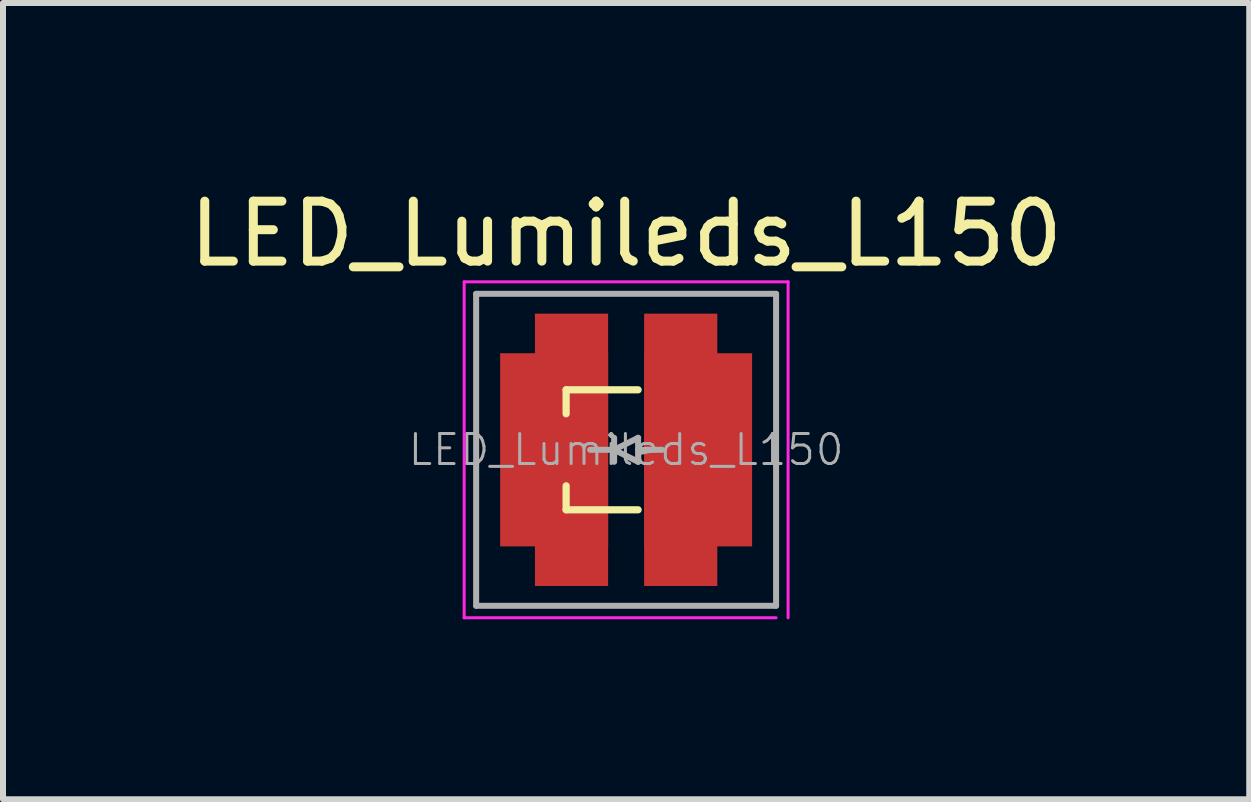
<source format=kicad_pcb>
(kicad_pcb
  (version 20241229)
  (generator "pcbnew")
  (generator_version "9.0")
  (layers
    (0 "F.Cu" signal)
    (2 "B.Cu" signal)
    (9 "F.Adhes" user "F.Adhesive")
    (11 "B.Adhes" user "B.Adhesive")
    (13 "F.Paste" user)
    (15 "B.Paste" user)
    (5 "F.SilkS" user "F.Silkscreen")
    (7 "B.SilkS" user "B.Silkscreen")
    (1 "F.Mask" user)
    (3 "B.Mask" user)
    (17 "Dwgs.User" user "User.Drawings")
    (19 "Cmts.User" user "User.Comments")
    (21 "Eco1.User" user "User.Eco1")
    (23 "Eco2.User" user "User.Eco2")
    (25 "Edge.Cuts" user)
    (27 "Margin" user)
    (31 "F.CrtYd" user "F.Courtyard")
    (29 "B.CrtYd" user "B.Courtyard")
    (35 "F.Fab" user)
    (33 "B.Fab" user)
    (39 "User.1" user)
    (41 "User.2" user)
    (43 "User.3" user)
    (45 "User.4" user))
  (footprint "LED_Lumileds_L150"
    (layer "F.Cu")
    (at 7.387 4.448)
    (property "Reference" "LED_Lumileds_L150" (at 0 -3.6 0) (layer "F.SilkS") (effects (font (size 1 1) (thickness 0.15))))
    (attr smd)
    (fp_line (start -1 -1) (end -1 -0.6) (stroke (width 0.12) (type solid)) (layer "F.SilkS"))
    (fp_line (start -1 1) (end -1 0.6) (stroke (width 0.12) (type solid)) (layer "F.SilkS"))
    (fp_line (start 0.2 -1) (end -1 -1) (stroke (width 0.12) (type solid)) (layer "F.SilkS"))
    (fp_line (start 0.2 1) (end -1 1) (stroke (width 0.12) (type solid)) (layer "F.SilkS"))
    (fp_line (start -2.7 -2.8) (end 2.7 -2.8) (stroke (width 0.05) (type solid)) (layer "F.CrtYd"))
    (fp_line (start -2.7 2.8) (end -2.7 -2.8) (stroke (width 0.05) (type solid)) (layer "F.CrtYd"))
    (fp_line (start 2.5 2.8) (end -2.7 2.8) (stroke (width 0.05) (type solid)) (layer "F.CrtYd"))
    (fp_line (start 2.7 -2.8) (end 2.7 2.8) (stroke (width 0.05) (type solid)) (layer "F.CrtYd"))
    (fp_line (start -2.5 -2.6) (end 2.5 -2.6) (stroke (width 0.1) (type solid)) (layer "F.Fab"))
    (fp_line (start -2.5 2.6) (end -2.5 -2.6) (stroke (width 0.1) (type solid)) (layer "F.Fab"))
    (fp_line (start -0.6 0) (end -0.2 0) (stroke (width 0.1) (type solid)) (layer "F.Fab"))
    (fp_line (start -0.2 -0.2) (end -0.2 0.2) (stroke (width 0.1) (type solid)) (layer "F.Fab"))
    (fp_line (start -0.2 0) (end 0.2 -0.2) (stroke (width 0.1) (type solid)) (layer "F.Fab"))
    (fp_line (start 0.2 -0.2) (end 0.2 0.2) (stroke (width 0.1) (type solid)) (layer "F.Fab"))
    (fp_line (start 0.2 0.2) (end -0.2 0) (stroke (width 0.1) (type solid)) (layer "F.Fab"))
    (fp_line (start 0.6 0) (end 0.2 0) (stroke (width 0.1) (type solid)) (layer "F.Fab"))
    (fp_line (start 2.5 -2.6) (end 2.5 2.6) (stroke (width 0.1) (type solid)) (layer "F.Fab"))
    (fp_line (start 2.5 2.6) (end -2.5 2.6) (stroke (width 0.1) (type solid)) (layer "F.Fab"))
    (fp_text user "${REFERENCE}" (at 0 0 0) (layer "F.Fab") (effects (font (size 0.5 0.5) (thickness 0.05))))
    (pad "1" smd rect (at -1.2 -0.745) (size 1.6 1.24) (layers "F.Cu" "F.Mask" "F.Paste"))
    (pad "1" smd rect (at -1.2 0) (size 1.8 3.22) (layers "F.Cu" "F.Mask"))
    (pad "1" smd rect (at -1.2 0.745) (size 1.6 1.24) (layers "F.Cu" "F.Mask" "F.Paste"))
    (pad "1" smd rect (at -0.91 -1.89) (size 1.02 0.56) (layers "F.Cu" "F.Mask" "F.Paste"))
    (pad "1" smd rect (at -0.91 0) (size 1.22 4.54) (layers "F.Cu" "F.Mask"))
    (pad "1" smd rect (at -0.91 1.89) (size 1.02 0.56) (layers "F.Cu" "F.Mask" "F.Paste"))
    (pad "2" smd rect (at 0.91 -1.89) (size 1.02 0.56) (layers "F.Cu" "F.Mask" "F.Paste"))
    (pad "2" smd rect (at 0.91 0) (size 1.22 4.54) (layers "F.Cu" "F.Mask"))
    (pad "2" smd rect (at 0.91 1.89) (size 1.02 0.56) (layers "F.Cu" "F.Mask" "F.Paste"))
    (pad "2" smd rect (at 1.2 -0.745) (size 1.6 1.24) (layers "F.Cu" "F.Mask" "F.Paste"))
    (pad "2" smd rect (at 1.2 0) (size 1.8 3.22) (layers "F.Cu" "F.Mask"))
    (pad "2" smd rect (at 1.2 0.745) (size 1.6 1.24) (layers "F.Cu" "F.Mask" "F.Paste")))
  (gr_rect
    (start -3 -3)
    (end 17.774 10.273)
    (stroke (width 0.1) (type default))
    (fill no)
    (layer "Edge.Cuts")))
</source>
